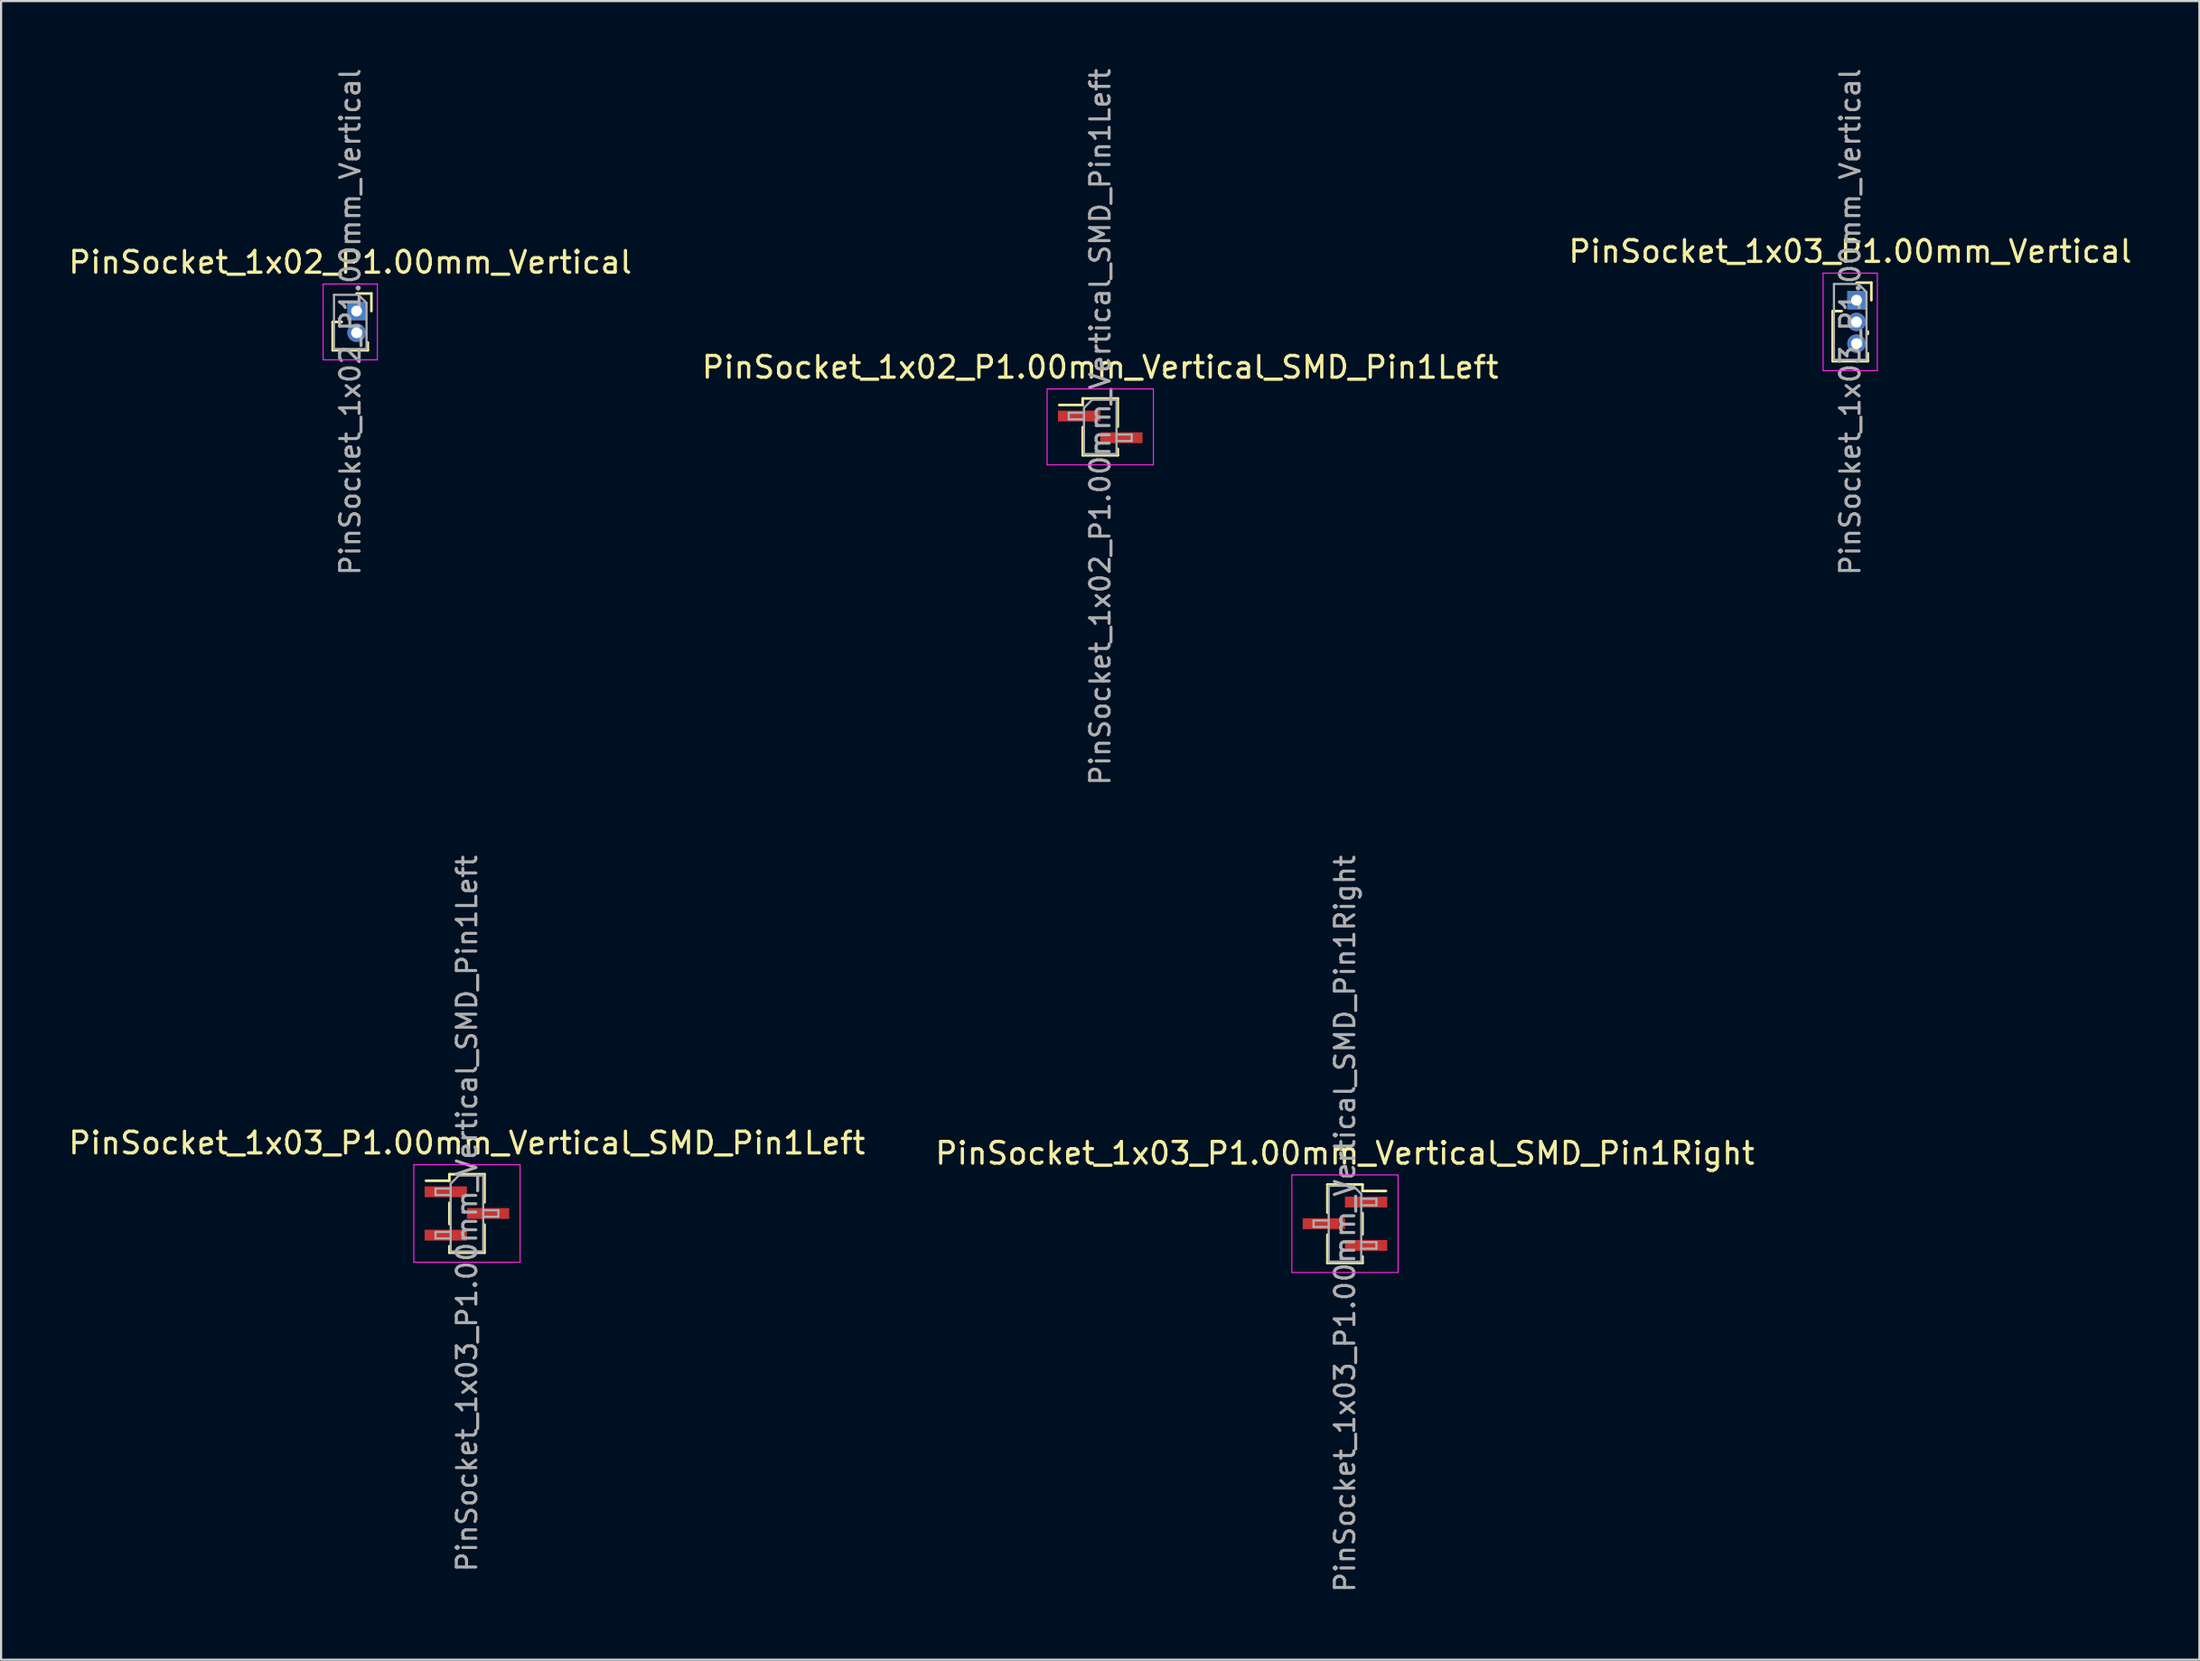
<source format=kicad_pcb>
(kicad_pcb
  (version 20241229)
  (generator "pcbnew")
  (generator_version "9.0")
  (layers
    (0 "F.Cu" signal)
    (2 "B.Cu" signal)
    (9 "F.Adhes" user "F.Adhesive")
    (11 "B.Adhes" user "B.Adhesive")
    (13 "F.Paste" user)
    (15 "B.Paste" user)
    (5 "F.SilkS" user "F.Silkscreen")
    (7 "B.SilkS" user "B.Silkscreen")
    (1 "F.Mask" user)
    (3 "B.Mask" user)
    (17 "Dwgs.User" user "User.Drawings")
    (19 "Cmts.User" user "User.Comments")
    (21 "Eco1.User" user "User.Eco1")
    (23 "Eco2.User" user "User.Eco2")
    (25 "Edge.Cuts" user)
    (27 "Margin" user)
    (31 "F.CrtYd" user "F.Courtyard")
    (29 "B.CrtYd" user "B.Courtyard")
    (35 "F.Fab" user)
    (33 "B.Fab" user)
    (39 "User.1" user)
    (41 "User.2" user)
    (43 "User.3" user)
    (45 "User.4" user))
  (footprint "PinSocket_1x02_P1.00mm_Vertical_SMD_Pin1Left"
    (layer "F.Cu")
    (at 47.685 16.641)
    (property "Reference" "PinSocket_1x02_P1.00mm_Vertical_SMD_Pin1Left" (at 0 -2.75 0) (layer "F.SilkS") (effects (font (size 1 1) (thickness 0.15))))
    (attr smd)
    (fp_line (start -1.89 -1.01) (end -0.81 -1.01) (stroke (width 0.12) (type solid)) (layer "F.SilkS"))
    (fp_line (start -0.81 -1.31) (end -0.81 -1.01) (stroke (width 0.12) (type solid)) (layer "F.SilkS"))
    (fp_line (start -0.81 -1.31) (end 0.81 -1.31) (stroke (width 0.12) (type solid)) (layer "F.SilkS"))
    (fp_line (start -0.81 0.01) (end -0.81 1.31) (stroke (width 0.12) (type solid)) (layer "F.SilkS"))
    (fp_line (start -0.81 1.31) (end 0.81 1.31) (stroke (width 0.12) (type solid)) (layer "F.SilkS"))
    (fp_line (start 0.81 -1.31) (end 0.81 -0.01) (stroke (width 0.12) (type solid)) (layer "F.SilkS"))
    (fp_line (start 0.81 1.01) (end 0.81 1.31) (stroke (width 0.12) (type solid)) (layer "F.SilkS"))
    (fp_line (start -2.45 -1.75) (end 2.45 -1.75) (stroke (width 0.05) (type solid)) (layer "F.CrtYd"))
    (fp_line (start -2.45 1.75) (end -2.45 -1.75) (stroke (width 0.05) (type solid)) (layer "F.CrtYd"))
    (fp_line (start 2.45 -1.75) (end 2.45 1.75) (stroke (width 0.05) (type solid)) (layer "F.CrtYd"))
    (fp_line (start 2.45 1.75) (end -2.45 1.75) (stroke (width 0.05) (type solid)) (layer "F.CrtYd"))
    (fp_line (start -1.45 -0.65) (end -0.75 -0.65) (stroke (width 0.1) (type solid)) (layer "F.Fab"))
    (fp_line (start -1.45 -0.35) (end -1.45 -0.65) (stroke (width 0.1) (type solid)) (layer "F.Fab"))
    (fp_line (start -0.75 -0.875) (end -0.375 -1.25) (stroke (width 0.1) (type solid)) (layer "F.Fab"))
    (fp_line (start -0.75 -0.35) (end -1.45 -0.35) (stroke (width 0.1) (type solid)) (layer "F.Fab"))
    (fp_line (start -0.75 1.25) (end -0.75 -0.875) (stroke (width 0.1) (type solid)) (layer "F.Fab"))
    (fp_line (start -0.375 -1.25) (end 0.75 -1.25) (stroke (width 0.1) (type solid)) (layer "F.Fab"))
    (fp_line (start 0.75 -1.25) (end 0.75 1.25) (stroke (width 0.1) (type solid)) (layer "F.Fab"))
    (fp_line (start 0.75 0.35) (end 1.45 0.35) (stroke (width 0.1) (type solid)) (layer "F.Fab"))
    (fp_line (start 0.75 1.25) (end -0.75 1.25) (stroke (width 0.1) (type solid)) (layer "F.Fab"))
    (fp_line (start 1.45 0.35) (end 1.45 0.65) (stroke (width 0.1) (type solid)) (layer "F.Fab"))
    (fp_line (start 1.45 0.65) (end 0.75 0.65) (stroke (width 0.1) (type solid)) (layer "F.Fab"))
    (fp_text user "${REFERENCE}" (at 0 0 90) (layer "F.Fab") (effects (font (size 0.9 0.9) (thickness 0.14))))
    (pad "1" smd rect (at -0.975 -0.5) (size 1.95 0.5) (layers "F.Cu" "F.Mask" "F.Paste"))
    (pad "2" smd rect (at 0.975 0.5) (size 1.95 0.5) (layers "F.Cu" "F.Mask" "F.Paste")))
  (footprint "PinSocket_1x03_P1.00mm_Vertical"
    (layer "F.Cu")
    (at 82.558 10.799)
    (property "Reference" "PinSocket_1x03_P1.00mm_Vertical" (at -0.29 -2.25 0) (layer "F.SilkS") (effects (font (size 1 1) (thickness 0.15))))
    (attr through_hole)
    (fp_line (start -1.1 0.5) (end -1.1 2.81) (stroke (width 0.12) (type solid)) (layer "F.SilkS"))
    (fp_line (start -1.1 0.5) (end -0.685 0.5) (stroke (width 0.12) (type solid)) (layer "F.SilkS"))
    (fp_line (start -1.1 2.81) (end 0.52 2.81) (stroke (width 0.12) (type solid)) (layer "F.SilkS"))
    (fp_line (start 0 -0.81) (end 0.685 -0.81) (stroke (width 0.12) (type solid)) (layer "F.SilkS"))
    (fp_line (start 0.52 1.446) (end 0.52 1.554) (stroke (width 0.12) (type solid)) (layer "F.SilkS"))
    (fp_line (start 0.52 2.446) (end 0.52 2.81) (stroke (width 0.12) (type solid)) (layer "F.SilkS"))
    (fp_line (start 0.685 -0.81) (end 0.685 0) (stroke (width 0.12) (type solid)) (layer "F.SilkS"))
    (fp_line (start -1.54 -1.25) (end 0.96 -1.25) (stroke (width 0.05) (type solid)) (layer "F.CrtYd"))
    (fp_line (start -1.54 3.25) (end -1.54 -1.25) (stroke (width 0.05) (type solid)) (layer "F.CrtYd"))
    (fp_line (start 0.96 -1.25) (end 0.96 3.25) (stroke (width 0.05) (type solid)) (layer "F.CrtYd"))
    (fp_line (start 0.96 3.25) (end -1.54 3.25) (stroke (width 0.05) (type solid)) (layer "F.CrtYd"))
    (fp_line (start -1.04 -0.75) (end 0.085 -0.75) (stroke (width 0.1) (type solid)) (layer "F.Fab"))
    (fp_line (start -1.04 2.75) (end -1.04 -0.75) (stroke (width 0.1) (type solid)) (layer "F.Fab"))
    (fp_line (start 0.085 -0.75) (end 0.46 -0.375) (stroke (width 0.1) (type solid)) (layer "F.Fab"))
    (fp_line (start 0.46 -0.375) (end 0.46 2.75) (stroke (width 0.1) (type solid)) (layer "F.Fab"))
    (fp_line (start 0.46 2.75) (end -1.04 2.75) (stroke (width 0.1) (type solid)) (layer "F.Fab"))
    (fp_text user "${REFERENCE}" (at -0.29 1 90) (layer "F.Fab") (effects (font (size 0.9 0.9) (thickness 0.14))))
    (pad "1" thru_hole rect (at 0 0) (size 0.85 0.85) (drill 0.5) (layers "*.Cu" "*.Mask"))
    (pad "2" thru_hole oval (at 0 1) (size 0.85 0.85) (drill 0.5) (layers "*.Cu" "*.Mask"))
    (pad "3" thru_hole oval (at 0 2) (size 0.85 0.85) (drill 0.5) (layers "*.Cu" "*.Mask")))
  (footprint "PinSocket_1x03_P1.00mm_Vertical_SMD_Pin1Right"
    (layer "F.Cu")
    (at 58.97 53.396)
    (property "Reference" "PinSocket_1x03_P1.00mm_Vertical_SMD_Pin1Right" (at 0 -3.25 0) (layer "F.SilkS") (effects (font (size 1 1) (thickness 0.15))))
    (attr smd)
    (fp_line (start -0.81 -1.81) (end -0.81 -0.51) (stroke (width 0.12) (type solid)) (layer "F.SilkS"))
    (fp_line (start -0.81 -1.81) (end 0.81 -1.81) (stroke (width 0.12) (type solid)) (layer "F.SilkS"))
    (fp_line (start -0.81 0.51) (end -0.81 1.81) (stroke (width 0.12) (type solid)) (layer "F.SilkS"))
    (fp_line (start -0.81 1.81) (end 0.81 1.81) (stroke (width 0.12) (type solid)) (layer "F.SilkS"))
    (fp_line (start 0.81 -1.81) (end 0.81 -1.51) (stroke (width 0.12) (type solid)) (layer "F.SilkS"))
    (fp_line (start 0.81 -1.51) (end 1.89 -1.51) (stroke (width 0.12) (type solid)) (layer "F.SilkS"))
    (fp_line (start 0.81 -0.49) (end 0.81 0.49) (stroke (width 0.12) (type solid)) (layer "F.SilkS"))
    (fp_line (start 0.81 1.51) (end 0.81 1.81) (stroke (width 0.12) (type solid)) (layer "F.SilkS"))
    (fp_line (start -2.45 -2.25) (end 2.45 -2.25) (stroke (width 0.05) (type solid)) (layer "F.CrtYd"))
    (fp_line (start -2.45 2.25) (end -2.45 -2.25) (stroke (width 0.05) (type solid)) (layer "F.CrtYd"))
    (fp_line (start 2.45 -2.25) (end 2.45 2.25) (stroke (width 0.05) (type solid)) (layer "F.CrtYd"))
    (fp_line (start 2.45 2.25) (end -2.45 2.25) (stroke (width 0.05) (type solid)) (layer "F.CrtYd"))
    (fp_line (start -1.45 -0.15) (end -0.75 -0.15) (stroke (width 0.1) (type solid)) (layer "F.Fab"))
    (fp_line (start -1.45 0.15) (end -1.45 -0.15) (stroke (width 0.1) (type solid)) (layer "F.Fab"))
    (fp_line (start -0.75 -1.75) (end 0.375 -1.75) (stroke (width 0.1) (type solid)) (layer "F.Fab"))
    (fp_line (start -0.75 0.15) (end -1.45 0.15) (stroke (width 0.1) (type solid)) (layer "F.Fab"))
    (fp_line (start -0.75 1.75) (end -0.75 -1.75) (stroke (width 0.1) (type solid)) (layer "F.Fab"))
    (fp_line (start 0.375 -1.75) (end 0.75 -1.375) (stroke (width 0.1) (type solid)) (layer "F.Fab"))
    (fp_line (start 0.75 -1.375) (end 0.75 1.75) (stroke (width 0.1) (type solid)) (layer "F.Fab"))
    (fp_line (start 0.75 -1.15) (end 1.45 -1.15) (stroke (width 0.1) (type solid)) (layer "F.Fab"))
    (fp_line (start 0.75 0.85) (end 1.45 0.85) (stroke (width 0.1) (type solid)) (layer "F.Fab"))
    (fp_line (start 0.75 1.75) (end -0.75 1.75) (stroke (width 0.1) (type solid)) (layer "F.Fab"))
    (fp_line (start 1.45 -1.15) (end 1.45 -0.85) (stroke (width 0.1) (type solid)) (layer "F.Fab"))
    (fp_line (start 1.45 -0.85) (end 0.75 -0.85) (stroke (width 0.1) (type solid)) (layer "F.Fab"))
    (fp_line (start 1.45 0.85) (end 1.45 1.15) (stroke (width 0.1) (type solid)) (layer "F.Fab"))
    (fp_line (start 1.45 1.15) (end 0.75 1.15) (stroke (width 0.1) (type solid)) (layer "F.Fab"))
    (fp_text user "${REFERENCE}" (at 0 0 90) (layer "F.Fab") (effects (font (size 0.9 0.9) (thickness 0.14))))
    (pad "1" smd rect (at 0.975 -1) (size 1.95 0.5) (layers "F.Cu" "F.Mask" "F.Paste"))
    (pad "2" smd rect (at -0.975 0) (size 1.95 0.5) (layers "F.Cu" "F.Mask" "F.Paste"))
    (pad "3" smd rect (at 0.975 1) (size 1.95 0.5) (layers "F.Cu" "F.Mask" "F.Paste")))
  (footprint "PinSocket_1x03_P1.00mm_Vertical_SMD_Pin1Left"
    (layer "F.Cu")
    (at 18.482 52.924)
    (property "Reference" "PinSocket_1x03_P1.00mm_Vertical_SMD_Pin1Left" (at 0 -3.25 0) (layer "F.SilkS") (effects (font (size 1 1) (thickness 0.15))))
    (attr smd)
    (fp_line (start -1.89 -1.51) (end -0.81 -1.51) (stroke (width 0.12) (type solid)) (layer "F.SilkS"))
    (fp_line (start -0.81 -1.81) (end -0.81 -1.51) (stroke (width 0.12) (type solid)) (layer "F.SilkS"))
    (fp_line (start -0.81 -1.81) (end 0.81 -1.81) (stroke (width 0.12) (type solid)) (layer "F.SilkS"))
    (fp_line (start -0.81 -0.49) (end -0.81 0.49) (stroke (width 0.12) (type solid)) (layer "F.SilkS"))
    (fp_line (start -0.81 1.51) (end -0.81 1.81) (stroke (width 0.12) (type solid)) (layer "F.SilkS"))
    (fp_line (start -0.81 1.81) (end 0.81 1.81) (stroke (width 0.12) (type solid)) (layer "F.SilkS"))
    (fp_line (start 0.81 -1.81) (end 0.81 -0.51) (stroke (width 0.12) (type solid)) (layer "F.SilkS"))
    (fp_line (start 0.81 0.51) (end 0.81 1.81) (stroke (width 0.12) (type solid)) (layer "F.SilkS"))
    (fp_line (start -2.45 -2.25) (end 2.45 -2.25) (stroke (width 0.05) (type solid)) (layer "F.CrtYd"))
    (fp_line (start -2.45 2.25) (end -2.45 -2.25) (stroke (width 0.05) (type solid)) (layer "F.CrtYd"))
    (fp_line (start 2.45 -2.25) (end 2.45 2.25) (stroke (width 0.05) (type solid)) (layer "F.CrtYd"))
    (fp_line (start 2.45 2.25) (end -2.45 2.25) (stroke (width 0.05) (type solid)) (layer "F.CrtYd"))
    (fp_line (start -1.45 -1.15) (end -0.75 -1.15) (stroke (width 0.1) (type solid)) (layer "F.Fab"))
    (fp_line (start -1.45 -0.85) (end -1.45 -1.15) (stroke (width 0.1) (type solid)) (layer "F.Fab"))
    (fp_line (start -1.45 0.85) (end -0.75 0.85) (stroke (width 0.1) (type solid)) (layer "F.Fab"))
    (fp_line (start -1.45 1.15) (end -1.45 0.85) (stroke (width 0.1) (type solid)) (layer "F.Fab"))
    (fp_line (start -0.75 -1.375) (end -0.375 -1.75) (stroke (width 0.1) (type solid)) (layer "F.Fab"))
    (fp_line (start -0.75 -0.85) (end -1.45 -0.85) (stroke (width 0.1) (type solid)) (layer "F.Fab"))
    (fp_line (start -0.75 1.15) (end -1.45 1.15) (stroke (width 0.1) (type solid)) (layer "F.Fab"))
    (fp_line (start -0.75 1.75) (end -0.75 -1.375) (stroke (width 0.1) (type solid)) (layer "F.Fab"))
    (fp_line (start -0.375 -1.75) (end 0.75 -1.75) (stroke (width 0.1) (type solid)) (layer "F.Fab"))
    (fp_line (start 0.75 -1.75) (end 0.75 1.75) (stroke (width 0.1) (type solid)) (layer "F.Fab"))
    (fp_line (start 0.75 -0.15) (end 1.45 -0.15) (stroke (width 0.1) (type solid)) (layer "F.Fab"))
    (fp_line (start 0.75 1.75) (end -0.75 1.75) (stroke (width 0.1) (type solid)) (layer "F.Fab"))
    (fp_line (start 1.45 -0.15) (end 1.45 0.15) (stroke (width 0.1) (type solid)) (layer "F.Fab"))
    (fp_line (start 1.45 0.15) (end 0.75 0.15) (stroke (width 0.1) (type solid)) (layer "F.Fab"))
    (fp_text user "${REFERENCE}" (at 0 0 90) (layer "F.Fab") (effects (font (size 0.9 0.9) (thickness 0.14))))
    (pad "1" smd rect (at -0.975 -1) (size 1.95 0.5) (layers "F.Cu" "F.Mask" "F.Paste"))
    (pad "2" smd rect (at 0.975 0) (size 1.95 0.5) (layers "F.Cu" "F.Mask" "F.Paste"))
    (pad "3" smd rect (at -0.975 1) (size 1.95 0.5) (layers "F.Cu" "F.Mask" "F.Paste")))
  (footprint "PinSocket_1x02_P1.00mm_Vertical"
    (layer "F.Cu")
    (at 13.391 11.299)
    (property "Reference" "PinSocket_1x02_P1.00mm_Vertical" (at -0.29 -2.25 0) (layer "F.SilkS") (effects (font (size 1 1) (thickness 0.15))))
    (attr through_hole)
    (fp_line (start -1.1 0.5) (end -1.1 1.81) (stroke (width 0.12) (type solid)) (layer "F.SilkS"))
    (fp_line (start -1.1 0.5) (end -0.685 0.5) (stroke (width 0.12) (type solid)) (layer "F.SilkS"))
    (fp_line (start -1.1 1.81) (end 0.52 1.81) (stroke (width 0.12) (type solid)) (layer "F.SilkS"))
    (fp_line (start 0 -0.81) (end 0.685 -0.81) (stroke (width 0.12) (type solid)) (layer "F.SilkS"))
    (fp_line (start 0.52 1.446) (end 0.52 1.81) (stroke (width 0.12) (type solid)) (layer "F.SilkS"))
    (fp_line (start 0.685 -0.81) (end 0.685 0) (stroke (width 0.12) (type solid)) (layer "F.SilkS"))
    (fp_line (start -1.54 -1.25) (end 0.96 -1.25) (stroke (width 0.05) (type solid)) (layer "F.CrtYd"))
    (fp_line (start -1.54 2.25) (end -1.54 -1.25) (stroke (width 0.05) (type solid)) (layer "F.CrtYd"))
    (fp_line (start 0.96 -1.25) (end 0.96 2.25) (stroke (width 0.05) (type solid)) (layer "F.CrtYd"))
    (fp_line (start 0.96 2.25) (end -1.54 2.25) (stroke (width 0.05) (type solid)) (layer "F.CrtYd"))
    (fp_line (start -1.04 -0.75) (end 0.085 -0.75) (stroke (width 0.1) (type solid)) (layer "F.Fab"))
    (fp_line (start -1.04 1.75) (end -1.04 -0.75) (stroke (width 0.1) (type solid)) (layer "F.Fab"))
    (fp_line (start 0.085 -0.75) (end 0.46 -0.375) (stroke (width 0.1) (type solid)) (layer "F.Fab"))
    (fp_line (start 0.46 -0.375) (end 0.46 1.75) (stroke (width 0.1) (type solid)) (layer "F.Fab"))
    (fp_line (start 0.46 1.75) (end -1.04 1.75) (stroke (width 0.1) (type solid)) (layer "F.Fab"))
    (fp_text user "${REFERENCE}" (at -0.29 0.5 90) (layer "F.Fab") (effects (font (size 0.9 0.9) (thickness 0.14))))
    (pad "1" thru_hole rect (at 0 0) (size 0.85 0.85) (drill 0.5) (layers "*.Cu" "*.Mask"))
    (pad "2" thru_hole oval (at 0 1) (size 0.85 0.85) (drill 0.5) (layers "*.Cu" "*.Mask")))
  (gr_rect
    (start -3 -3)
    (end 98.369 73.509)
    (stroke (width 0.1) (type default))
    (fill no)
    (layer "Edge.Cuts")))
</source>
